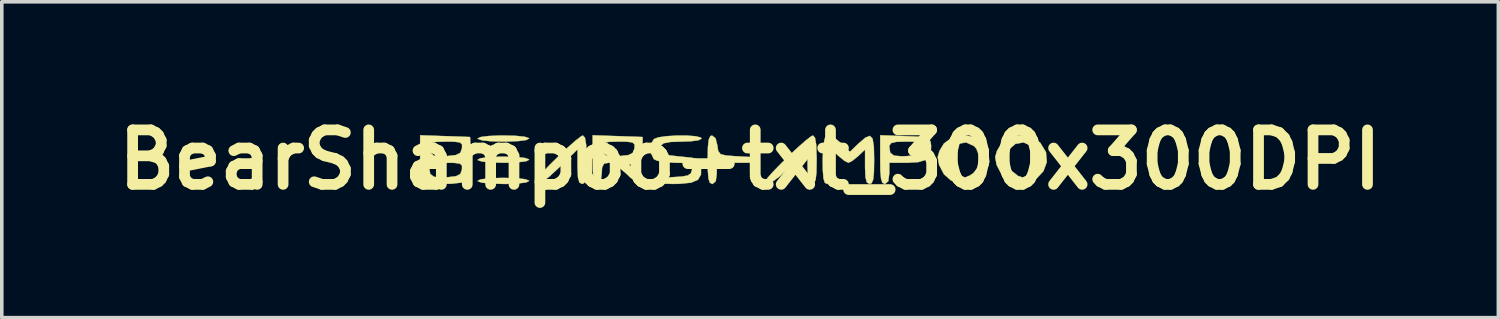
<source format=kicad_pcb>
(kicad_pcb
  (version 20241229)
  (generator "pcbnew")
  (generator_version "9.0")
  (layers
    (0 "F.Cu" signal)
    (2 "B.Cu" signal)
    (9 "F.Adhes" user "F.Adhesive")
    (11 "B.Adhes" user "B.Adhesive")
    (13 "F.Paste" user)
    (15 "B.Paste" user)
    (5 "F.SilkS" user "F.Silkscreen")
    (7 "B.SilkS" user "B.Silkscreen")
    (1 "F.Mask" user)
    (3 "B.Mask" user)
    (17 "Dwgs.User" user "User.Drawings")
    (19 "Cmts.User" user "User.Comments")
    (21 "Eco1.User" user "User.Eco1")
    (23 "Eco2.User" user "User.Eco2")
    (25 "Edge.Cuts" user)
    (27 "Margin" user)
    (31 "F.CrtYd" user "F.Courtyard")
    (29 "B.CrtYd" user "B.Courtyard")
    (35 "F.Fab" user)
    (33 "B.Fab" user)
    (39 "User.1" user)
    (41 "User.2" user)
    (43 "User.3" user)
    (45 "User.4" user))
  (footprint "BearShampoo-txt_300x300DPI"
    (layer "F.Cu")
    (at 17.932 1.418)
    (property "Reference" "BearShampoo-txt_300x300DPI" (at 0 0 0) (layer "F.SilkS") (effects (font (size 1.524 1.524) (thickness 0.3))))
    (attr through_hole)
    (fp_poly (pts (xy -6.55 -0.668) (xy -6.302 -0.642) (xy -6.186 -0.604) (xy -6.181 -0.593) (xy -6.26 -0.551) (xy -6.479 -0.522) (xy -6.808 -0.509) (xy -6.9 -0.508) (xy -7.251 -0.517) (xy -7.499 -0.543) (xy -7.615 -0.582) (xy -7.62 -0.593) (xy -7.54 -0.634) (xy -7.322 -0.663) (xy -6.993 -0.677) (xy -6.9 -0.677) (xy -6.55 -0.668)) (stroke (width 0.01) (type solid)) (fill yes) (layer "F.SilkS"))
    (fp_poly (pts (xy -6.55 -0.075) (xy -6.302 -0.05) (xy -6.186 -0.011) (xy -6.181 0) (xy -6.26 0.041) (xy -6.479 0.07) (xy -6.808 0.084) (xy -6.9 0.085) (xy -7.251 0.075) (xy -7.499 0.05) (xy -7.615 0.011) (xy -7.62 0) (xy -7.54 -0.041) (xy -7.322 -0.07) (xy -6.993 -0.084) (xy -6.9 -0.085) (xy -6.55 -0.075)) (stroke (width 0.01) (type solid)) (fill yes) (layer "F.SilkS"))
    (fp_poly (pts (xy -6.55 0.517) (xy -6.302 0.543) (xy -6.186 0.582) (xy -6.181 0.593) (xy -6.26 0.634) (xy -6.479 0.663) (xy -6.808 0.677) (xy -6.9 0.677) (xy -7.251 0.668) (xy -7.499 0.642) (xy -7.615 0.604) (xy -7.62 0.593) (xy -7.54 0.551) (xy -7.322 0.522) (xy -6.993 0.509) (xy -6.9 0.508) (xy -6.55 0.517)) (stroke (width 0.01) (type solid)) (fill yes) (layer "F.SilkS"))
    (fp_poly (pts (xy -4.619 -0.615) (xy -4.585 -0.417) (xy -4.572 -0.069) (xy -4.572 0) (xy -4.578 0.348) (xy -4.6 0.556) (xy -4.643 0.656) (xy -4.699 0.677) (xy -4.774 0.637) (xy -4.814 0.494) (xy -4.826 0.217) (xy -4.826 0.193) (xy -4.826 -0.291) (xy -5.315 0.193) (xy -5.625 0.48) (xy -5.848 0.643) (xy -5.978 0.678) (xy -6.011 0.612) (xy -5.953 0.518) (xy -5.799 0.344) (xy -5.582 0.12) (xy -5.334 -0.123) (xy -5.086 -0.354) (xy -4.872 -0.542) (xy -4.721 -0.657) (xy -4.676 -0.677) (xy -4.619 -0.615)) (stroke (width 0.01) (type solid)) (fill yes) (layer "F.SilkS"))
    (fp_poly (pts (xy 1.816 -0.615) (xy 1.85 -0.417) (xy 1.862 -0.069) (xy 1.863 0) (xy 1.857 0.348) (xy 1.835 0.556) (xy 1.792 0.656) (xy 1.736 0.677) (xy 1.66 0.637) (xy 1.621 0.494) (xy 1.609 0.217) (xy 1.609 0.193) (xy 1.609 -0.291) (xy 1.119 0.193) (xy 0.81 0.48) (xy 0.587 0.643) (xy 0.457 0.678) (xy 0.423 0.612) (xy 0.482 0.518) (xy 0.635 0.344) (xy 0.852 0.12) (xy 1.101 -0.123) (xy 1.348 -0.354) (xy 1.563 -0.542) (xy 1.713 -0.657) (xy 1.759 -0.677) (xy 1.816 -0.615)) (stroke (width 0.01) (type solid)) (fill yes) (layer "F.SilkS"))
    (fp_poly (pts (xy 6.267 -0.638) (xy 6.505 -0.481) (xy 6.669 -0.21) (xy 6.692 0.067) (xy 6.598 0.321) (xy 6.409 0.522) (xy 6.151 0.642) (xy 5.847 0.652) (xy 5.619 0.578) (xy 5.424 0.406) (xy 5.287 0.142) (xy 5.27 0.039) (xy 5.509 0.039) (xy 5.564 0.173) (xy 5.7 0.305) (xy 5.887 0.454) (xy 6.016 0.496) (xy 6.152 0.44) (xy 6.246 0.376) (xy 6.399 0.179) (xy 6.426 -0.072) (xy 6.327 -0.314) (xy 6.263 -0.383) (xy 6.045 -0.484) (xy 5.815 -0.444) (xy 5.623 -0.281) (xy 5.549 -0.138) (xy 5.509 0.039) (xy 5.27 0.039) (xy 5.249 -0.077) (xy 5.3 -0.249) (xy 5.421 -0.449) (xy 5.425 -0.454) (xy 5.66 -0.629) (xy 5.961 -0.69) (xy 6.267 -0.638)) (stroke (width 0.01) (type solid)) (fill yes) (layer "F.SilkS"))
    (fp_poly (pts (xy 7.875 -0.638) (xy 8.113 -0.481) (xy 8.278 -0.21) (xy 8.301 0.067) (xy 8.206 0.321) (xy 8.018 0.522) (xy 7.76 0.642) (xy 7.456 0.652) (xy 7.227 0.578) (xy 7.033 0.406) (xy 6.896 0.142) (xy 6.878 0.039) (xy 7.118 0.039) (xy 7.173 0.173) (xy 7.309 0.305) (xy 7.496 0.454) (xy 7.624 0.496) (xy 7.761 0.44) (xy 7.855 0.376) (xy 8.008 0.179) (xy 8.035 -0.072) (xy 7.935 -0.314) (xy 7.871 -0.383) (xy 7.654 -0.484) (xy 7.424 -0.444) (xy 7.232 -0.281) (xy 7.158 -0.138) (xy 7.118 0.039) (xy 6.878 0.039) (xy 6.858 -0.077) (xy 6.908 -0.249) (xy 7.03 -0.449) (xy 7.033 -0.454) (xy 7.268 -0.629) (xy 7.569 -0.69) (xy 7.875 -0.638)) (stroke (width 0.01) (type solid)) (fill yes) (layer "F.SilkS"))
    (fp_poly (pts (xy 0.192 -0.645) (xy 0.231 -0.53) (xy 0.25 -0.3) (xy 0.254 0) (xy 0.248 0.348) (xy 0.226 0.556) (xy 0.183 0.656) (xy 0.127 0.677) (xy 0.033 0.613) (xy 0.00023 0.408) (xy 0 0.381) (xy 0 0.085) (xy -0.931 0.085) (xy -0.931 0.381) (xy -0.959 0.6) (xy -1.047 0.677) (xy -1.058 0.677) (xy -1.123 0.645) (xy -1.163 0.53) (xy -1.181 0.3) (xy -1.185 0) (xy -1.179 -0.351) (xy -1.156 -0.561) (xy -1.111 -0.66) (xy -1.064 -0.677) (xy -0.965 -0.599) (xy -0.916 -0.402) (xy -0.891 -0.242) (xy -0.826 -0.157) (xy -0.677 -0.119) (xy -0.445 -0.101) (xy 0 -0.076) (xy 0 -0.377) (xy 0.027 -0.597) (xy 0.112 -0.676) (xy 0.127 -0.677) (xy 0.192 -0.645)) (stroke (width 0.01) (type solid)) (fill yes) (layer "F.SilkS"))
    (fp_poly (pts (xy 2.344 -0.63) (xy 2.557 -0.45) (xy 2.794 -0.222) (xy 3.031 -0.45) (xy 3.225 -0.617) (xy 3.352 -0.667) (xy 3.427 -0.589) (xy 3.463 -0.367) (xy 3.471 0) (xy 3.465 0.348) (xy 3.444 0.556) (xy 3.401 0.656) (xy 3.344 0.677) (xy 3.269 0.637) (xy 3.229 0.493) (xy 3.217 0.215) (xy 3.217 0.197) (xy 3.217 -0.284) (xy 3.021 -0.099) (xy 2.863 0.029) (xy 2.753 0.085) (xy 2.752 0.085) (xy 2.644 0.032) (xy 2.486 -0.096) (xy 2.482 -0.099) (xy 2.286 -0.284) (xy 2.286 0.197) (xy 2.275 0.483) (xy 2.237 0.632) (xy 2.164 0.677) (xy 2.159 0.677) (xy 2.094 0.645) (xy 2.055 0.53) (xy 2.036 0.3) (xy 2.032 0) (xy 2.046 -0.385) (xy 2.095 -0.612) (xy 2.191 -0.691) (xy 2.344 -0.63)) (stroke (width 0.01) (type solid)) (fill yes) (layer "F.SilkS"))
    (fp_poly (pts (xy 4.339 -0.66) (xy 4.682 -0.646) (xy 4.89 -0.624) (xy 5 -0.583) (xy 5.047 -0.51) (xy 5.065 -0.397) (xy 5.055 -0.159) (xy 4.945 -0.01) (xy 4.713 0.066) (xy 4.392 0.085) (xy 3.895 0.085) (xy 3.895 0.381) (xy 3.867 0.6) (xy 3.779 0.677) (xy 3.768 0.677) (xy 3.703 0.646) (xy 3.664 0.53) (xy 3.645 0.301) (xy 3.641 -0.003) (xy 3.641 -0.353) (xy 3.895 -0.353) (xy 3.922 -0.194) (xy 4.027 -0.114) (xy 4.246 -0.095) (xy 4.4 -0.102) (xy 4.643 -0.131) (xy 4.764 -0.192) (xy 4.81 -0.311) (xy 4.811 -0.318) (xy 4.813 -0.426) (xy 4.754 -0.483) (xy 4.596 -0.505) (xy 4.366 -0.508) (xy 4.093 -0.5) (xy 3.95 -0.467) (xy 3.898 -0.397) (xy 3.895 -0.353) (xy 3.641 -0.353) (xy 3.641 -0.684) (xy 4.339 -0.66)) (stroke (width 0.01) (type solid)) (fill yes) (layer "F.SilkS"))
    (fp_poly (pts (xy -3.006 -0.635) (xy -3.006 -0.341) (xy -3.041 -0.104) (xy -3.166 0.032) (xy -3.195 0.047) (xy -3.385 0.142) (xy -3.174 0.34) (xy -3.031 0.492) (xy -2.964 0.601) (xy -2.963 0.607) (xy -3.015 0.68) (xy -3.153 0.639) (xy -3.349 0.498) (xy -3.471 0.381) (xy -3.692 0.195) (xy -3.896 0.093) (xy -3.954 0.085) (xy -4.086 0.11) (xy -4.14 0.219) (xy -4.149 0.381) (xy -4.176 0.6) (xy -4.264 0.677) (xy -4.276 0.677) (xy -4.341 0.646) (xy -4.38 0.53) (xy -4.399 0.301) (xy -4.403 -0.003) (xy -4.403 -0.353) (xy -4.149 -0.353) (xy -4.121 -0.194) (xy -4.016 -0.114) (xy -3.797 -0.095) (xy -3.644 -0.102) (xy -3.4 -0.131) (xy -3.279 -0.192) (xy -3.234 -0.311) (xy -3.233 -0.318) (xy -3.23 -0.426) (xy -3.289 -0.483) (xy -3.447 -0.505) (xy -3.677 -0.508) (xy -3.95 -0.5) (xy -4.093 -0.467) (xy -4.145 -0.397) (xy -4.149 -0.353) (xy -4.403 -0.353) (xy -4.403 -0.684) (xy -3.006 -0.635)) (stroke (width 0.01) (type solid)) (fill yes) (layer "F.SilkS"))
    (fp_poly (pts (xy -7.832 -0.635) (xy -7.813 -0.09) (xy -7.817 0.21) (xy -7.846 0.45) (xy -7.887 0.566) (xy -8.041 0.636) (xy -8.357 0.672) (xy -8.604 0.677) (xy -9.229 0.677) (xy -9.229 0.24) (xy -8.975 0.24) (xy -8.947 0.398) (xy -8.842 0.478) (xy -8.623 0.498) (xy -8.47 0.491) (xy -8.226 0.462) (xy -8.105 0.4) (xy -8.06 0.282) (xy -8.059 0.275) (xy -8.056 0.167) (xy -8.115 0.11) (xy -8.273 0.088) (xy -8.503 0.085) (xy -8.776 0.093) (xy -8.919 0.126) (xy -8.971 0.196) (xy -8.975 0.24) (xy -9.229 0.24) (xy -9.229 -0.353) (xy -8.975 -0.353) (xy -8.947 -0.194) (xy -8.842 -0.114) (xy -8.623 -0.095) (xy -8.47 -0.102) (xy -8.226 -0.131) (xy -8.105 -0.192) (xy -8.06 -0.311) (xy -8.059 -0.318) (xy -8.056 -0.426) (xy -8.115 -0.483) (xy -8.273 -0.505) (xy -8.503 -0.508) (xy -8.776 -0.5) (xy -8.919 -0.467) (xy -8.971 -0.397) (xy -8.975 -0.353) (xy -9.229 -0.353) (xy -9.229 -0.684) (xy -7.832 -0.635)) (stroke (width 0.01) (type solid)) (fill yes) (layer "F.SilkS"))
    (fp_poly (pts (xy -1.532 -0.658) (xy -1.381 -0.622) (xy -1.355 -0.593) (xy -1.432 -0.548) (xy -1.639 -0.518) (xy -1.908 -0.508) (xy -2.231 -0.497) (xy -2.419 -0.46) (xy -2.505 -0.39) (xy -2.511 -0.377) (xy -2.531 -0.257) (xy -2.463 -0.177) (xy -2.279 -0.125) (xy -1.955 -0.088) (xy -1.919 -0.085) (xy -1.632 -0.056) (xy -1.473 -0.017) (xy -1.399 0.055) (xy -1.371 0.181) (xy -1.37 0.196) (xy -1.373 0.417) (xy -1.459 0.561) (xy -1.652 0.642) (xy -1.978 0.674) (xy -2.169 0.677) (xy -2.47 0.667) (xy -2.692 0.641) (xy -2.792 0.603) (xy -2.794 0.597) (xy -2.717 0.553) (xy -2.514 0.515) (xy -2.228 0.491) (xy -2.223 0.491) (xy -1.917 0.472) (xy -1.741 0.441) (xy -1.657 0.382) (xy -1.625 0.282) (xy -1.624 0.275) (xy -1.621 0.169) (xy -1.677 0.112) (xy -1.829 0.089) (xy -2.094 0.085) (xy -2.381 0.068) (xy -2.603 0.026) (xy -2.692 -0.017) (xy -2.783 -0.21) (xy -2.77 -0.44) (xy -2.692 -0.576) (xy -2.568 -0.625) (xy -2.342 -0.658) (xy -2.061 -0.675) (xy -1.775 -0.675) (xy -1.532 -0.658)) (stroke (width 0.01) (type solid)) (fill yes) (layer "F.SilkS")))
  (gr_rect
    (start -3 -3)
    (end 38.865 5.836)
    (stroke (width 0.1) (type default))
    (fill no)
    (layer "Edge.Cuts")))
</source>
